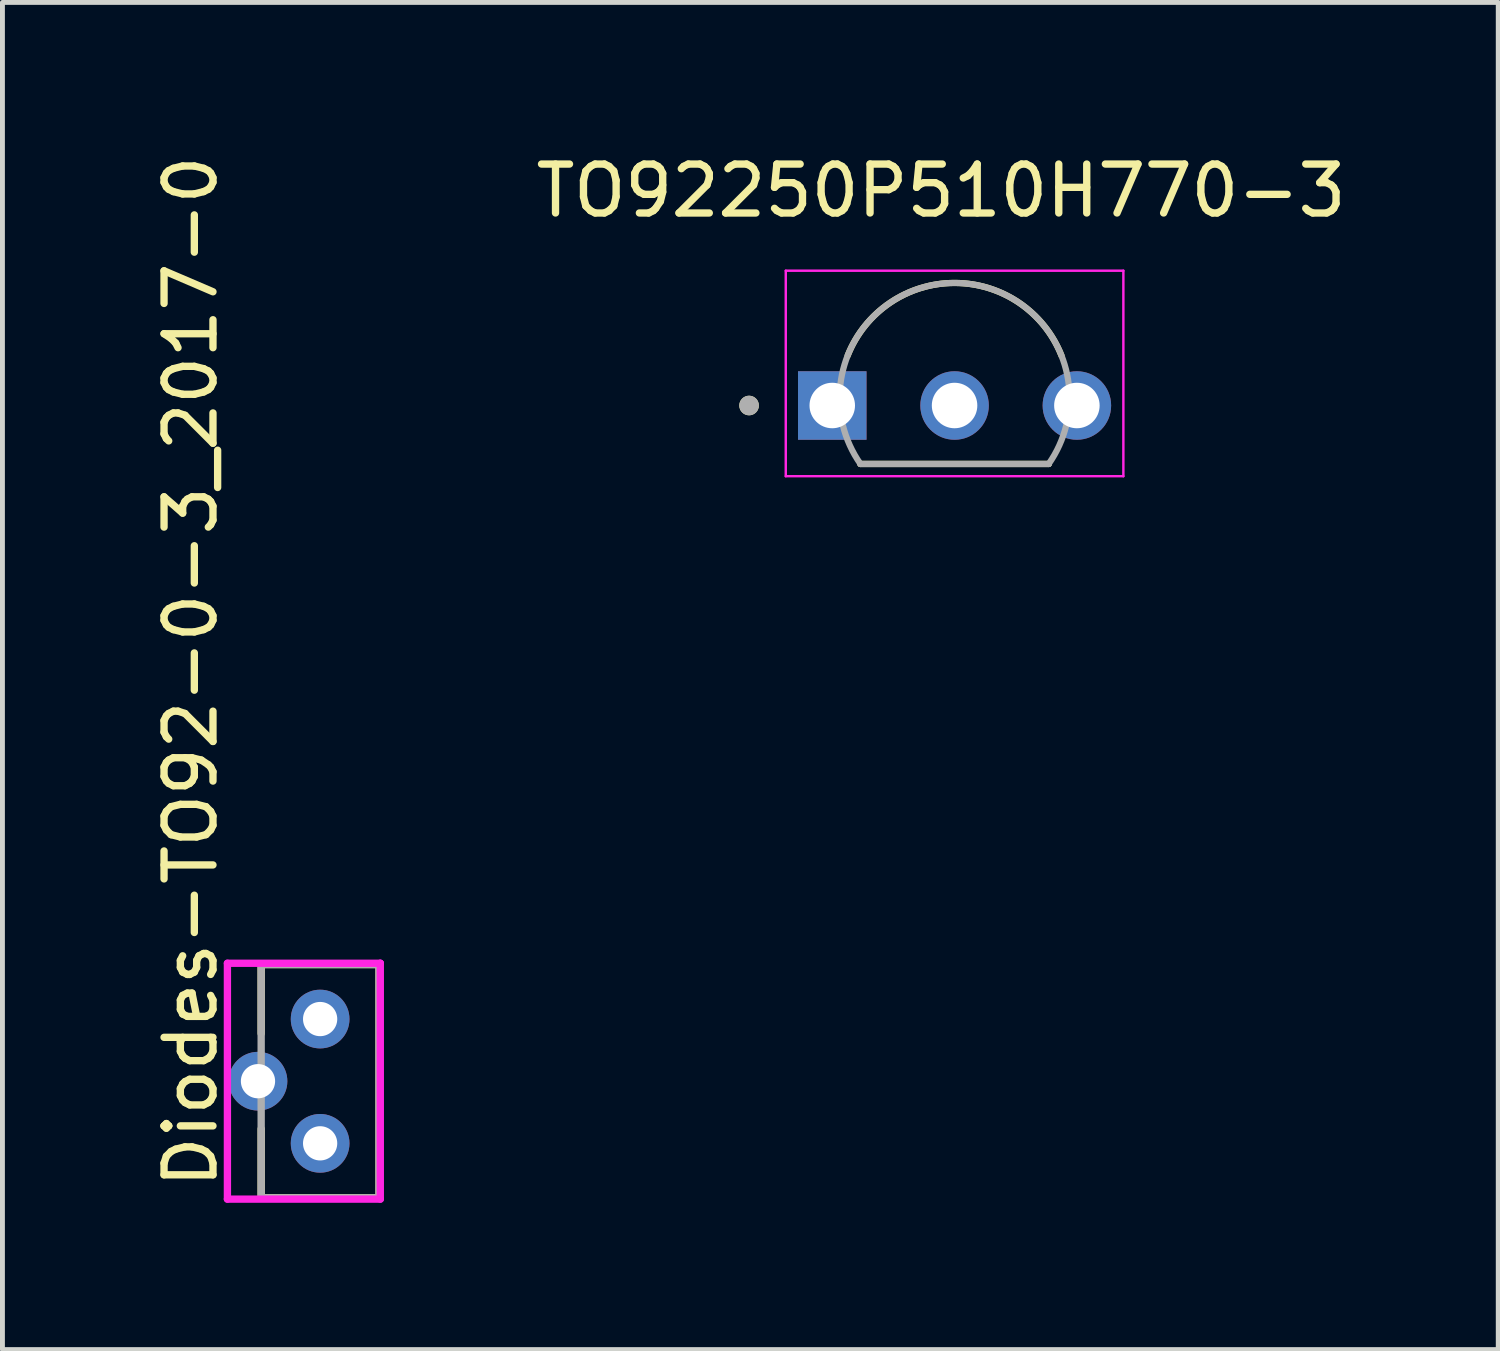
<source format=kicad_pcb>
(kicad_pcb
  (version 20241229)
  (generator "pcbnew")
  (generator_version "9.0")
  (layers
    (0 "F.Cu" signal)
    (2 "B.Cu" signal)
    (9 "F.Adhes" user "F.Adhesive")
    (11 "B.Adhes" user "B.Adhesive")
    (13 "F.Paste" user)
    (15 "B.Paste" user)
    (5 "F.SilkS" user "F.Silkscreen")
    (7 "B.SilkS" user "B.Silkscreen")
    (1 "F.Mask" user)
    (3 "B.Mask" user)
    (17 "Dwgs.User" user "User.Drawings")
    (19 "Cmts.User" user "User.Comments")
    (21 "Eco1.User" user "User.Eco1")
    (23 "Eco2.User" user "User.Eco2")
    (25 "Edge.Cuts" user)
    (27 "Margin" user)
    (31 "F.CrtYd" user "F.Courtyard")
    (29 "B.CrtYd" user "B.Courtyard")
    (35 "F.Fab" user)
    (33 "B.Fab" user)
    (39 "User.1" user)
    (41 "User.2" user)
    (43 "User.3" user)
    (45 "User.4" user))
  (footprint "Diodes-TO92-0-3_2017-0"
    (layer "F.Cu")
    (at 3.493 19.048)
    (property "Reference" "Diodes-TO92-0-3_2017-0" (at -2.645 2.25 270) (layer "F.SilkS") (effects (font (size 1 1) (thickness 0.15)) (justify left)))
    (attr through_hole)
    (fp_line (start -1.205 -2.385) (end 1.205 -2.385) (stroke (width 0.15) (type solid)) (layer "F.SilkS"))
    (fp_line (start -1.205 -0.975) (end -1.205 -2.385) (stroke (width 0.15) (type solid)) (layer "F.SilkS"))
    (fp_line (start -1.205 2.385) (end -1.205 0.975) (stroke (width 0.15) (type solid)) (layer "F.SilkS"))
    (fp_line (start -1.205 2.385) (end 1.205 2.385) (stroke (width 0.15) (type solid)) (layer "F.SilkS"))
    (fp_line (start 1.205 2.385) (end 1.205 -2.385) (stroke (width 0.15) (type solid)) (layer "F.SilkS"))
    (fp_line (start -1.895 -2.41) (end -1.895 2.41) (stroke (width 0.15) (type solid)) (layer "F.CrtYd"))
    (fp_line (start -1.895 2.41) (end 1.23 2.41) (stroke (width 0.15) (type solid)) (layer "F.CrtYd"))
    (fp_line (start 1.23 -2.41) (end -1.895 -2.41) (stroke (width 0.15) (type solid)) (layer "F.CrtYd"))
    (fp_line (start 1.23 -2.41) (end 1.23 -2.41) (stroke (width 0.15) (type solid)) (layer "F.CrtYd"))
    (fp_line (start 1.23 2.41) (end 1.23 -2.41) (stroke (width 0.15) (type solid)) (layer "F.CrtYd"))
    (fp_line (start -1.205 -2.385) (end 1.205 -2.385) (stroke (width 0.15) (type solid)) (layer "F.Fab"))
    (fp_line (start -1.205 2.385) (end -1.205 -2.385) (stroke (width 0.15) (type solid)) (layer "F.Fab"))
    (fp_line (start 1.205 -2.385) (end 1.205 2.385) (stroke (width 0.15) (type solid)) (layer "F.Fab"))
    (fp_line (start 1.205 2.385) (end -1.205 2.385) (stroke (width 0.15) (type solid)) (layer "F.Fab"))
    (pad "1" thru_hole circle (at 0 1.27) (size 1.2 1.2) (drill 0.7) (layers "*.Cu"))
    (pad "2" thru_hole circle (at -1.27 0) (size 1.2 1.2) (drill 0.7) (layers "*.Cu"))
    (pad "3" thru_hole circle (at 0 -1.27) (size 1.2 1.2) (drill 0.7) (layers "*.Cu")))
  (footprint "TO92250P510H770-3"
    (layer "F.Cu")
    (at 16.46 4.583)
    (property "Reference" "TO92250P510H770-3" (at -0.275 -3.735 0) (layer "F.SilkS") (effects (font (size 1 1) (thickness 0.15))))
    (attr through_hole)
    (fp_line (start -1.924 1.85) (end 1.924 1.85) (stroke (width 0.127) (type solid)) (layer "F.SilkS"))
    (fp_line (start -1.924 1.85) (end 1.924 1.85) (stroke (width 0.127) (type solid)) (layer "F.SilkS"))
    (fp_arc (start -2.18501 -0.365001) (mid 0 -1.850002) (end 2.18501 -0.365) (stroke (width 0.127) (type solid)) (layer "F.SilkS"))
    (fp_circle (center -4.2 0.655) (end -4.1 0.655) (stroke (width 0.2) (type solid)) (fill no) (layer "F.SilkS"))
    (fp_line (start -3.45 -2.1) (end -3.45 2.1) (stroke (width 0.05) (type solid)) (layer "F.CrtYd"))
    (fp_line (start -3.45 2.1) (end 3.45 2.1) (stroke (width 0.05) (type solid)) (layer "F.CrtYd"))
    (fp_line (start 3.45 -2.1) (end -3.45 -2.1) (stroke (width 0.05) (type solid)) (layer "F.CrtYd"))
    (fp_line (start 3.45 2.1) (end 3.45 -2.1) (stroke (width 0.05) (type solid)) (layer "F.CrtYd"))
    (fp_line (start -1.924 1.85) (end 1.924 1.85) (stroke (width 0.127) (type solid)) (layer "F.Fab"))
    (fp_arc (start -1.92354 1.849999) (mid 0 -1.850012) (end 1.92354 1.85) (stroke (width 0.127) (type solid)) (layer "F.Fab"))
    (fp_circle (center -4.2 0.655) (end -4.1 0.655) (stroke (width 0.2) (type solid)) (fill no) (layer "F.Fab"))
    (pad "1" thru_hole rect (at -2.5 0.655) (size 1.4 1.4) (drill 0.93) (layers "*.Cu" "*.Mask"))
    (pad "2" thru_hole circle (at 0 0.655) (size 1.4 1.4) (drill 0.93) (layers "*.Cu" "*.Mask"))
    (pad "3" thru_hole circle (at 2.5 0.655) (size 1.4 1.4) (drill 0.93) (layers "*.Cu" "*.Mask")))
  (gr_rect
    (start -3 -3)
    (end 27.572 24.533)
    (stroke (width 0.1) (type default))
    (fill no)
    (layer "Edge.Cuts")))
</source>
